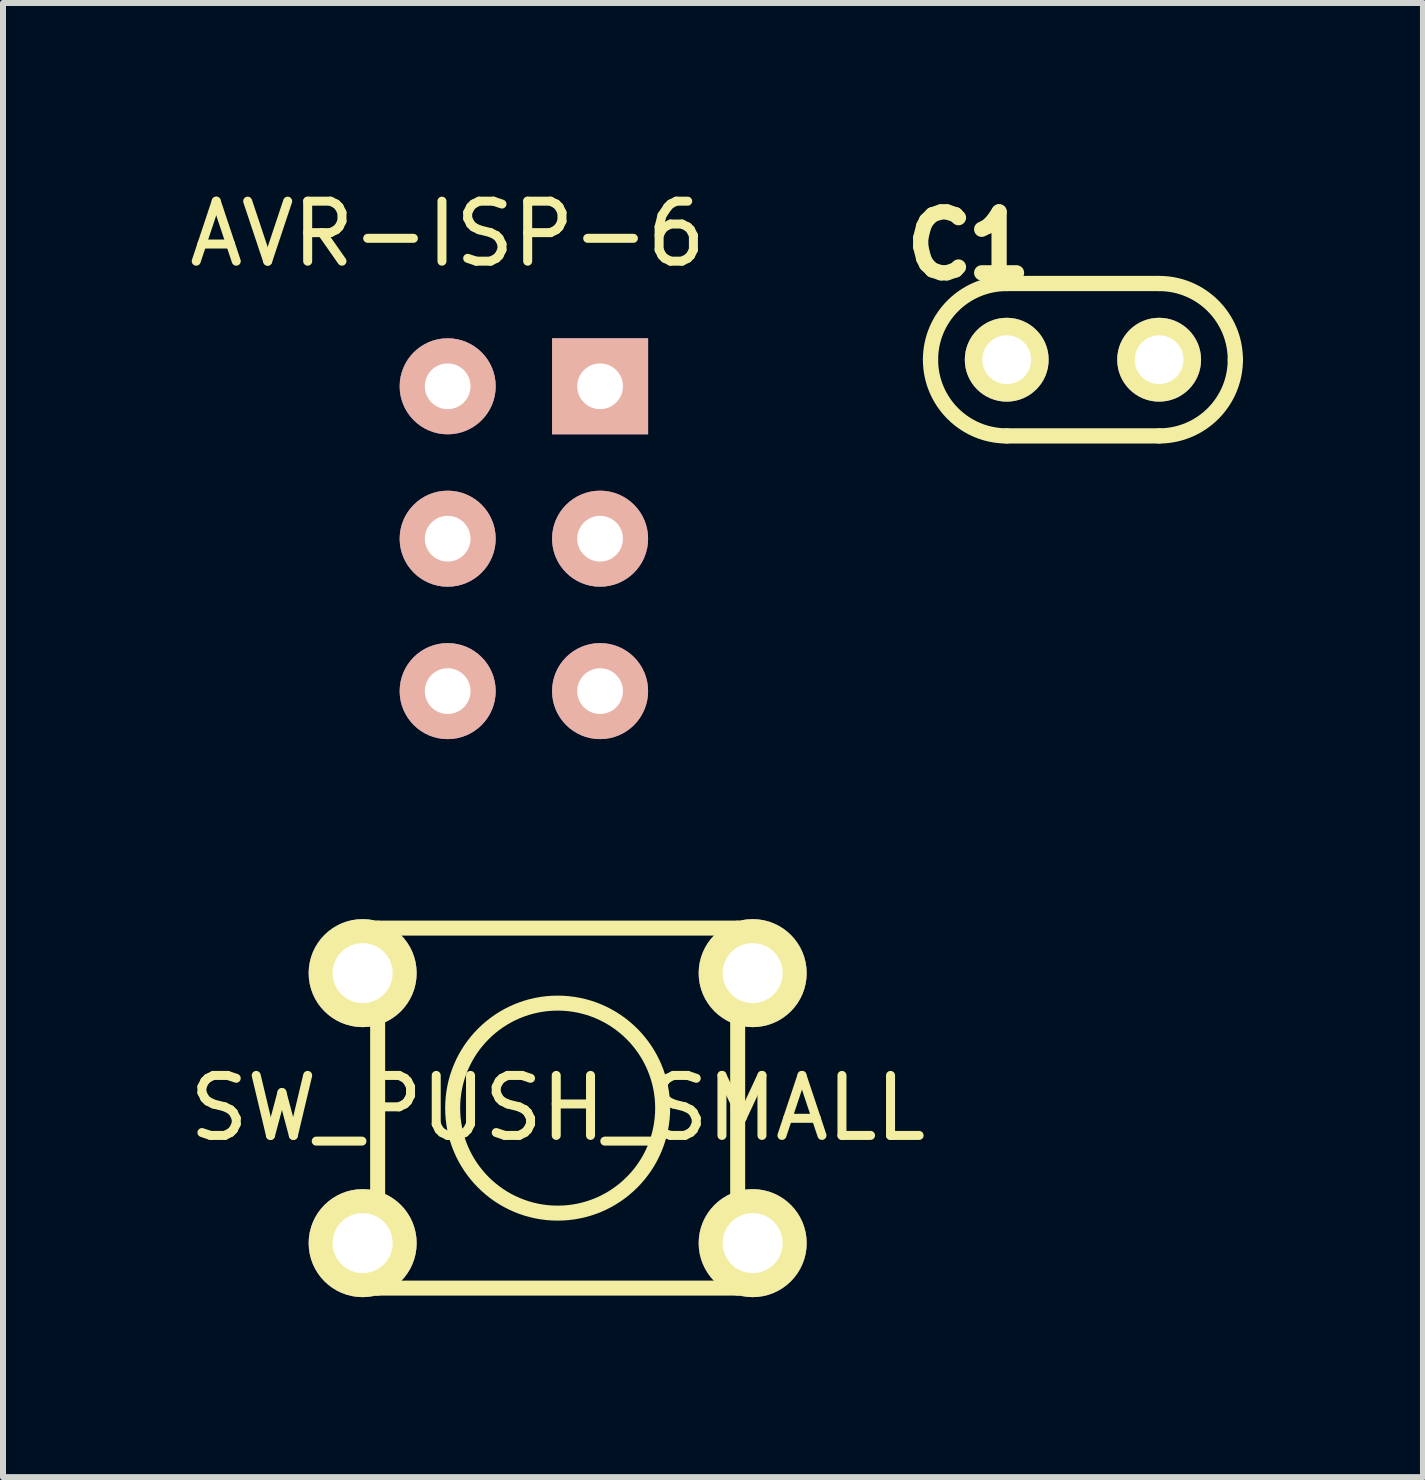
<source format=kicad_pcb>
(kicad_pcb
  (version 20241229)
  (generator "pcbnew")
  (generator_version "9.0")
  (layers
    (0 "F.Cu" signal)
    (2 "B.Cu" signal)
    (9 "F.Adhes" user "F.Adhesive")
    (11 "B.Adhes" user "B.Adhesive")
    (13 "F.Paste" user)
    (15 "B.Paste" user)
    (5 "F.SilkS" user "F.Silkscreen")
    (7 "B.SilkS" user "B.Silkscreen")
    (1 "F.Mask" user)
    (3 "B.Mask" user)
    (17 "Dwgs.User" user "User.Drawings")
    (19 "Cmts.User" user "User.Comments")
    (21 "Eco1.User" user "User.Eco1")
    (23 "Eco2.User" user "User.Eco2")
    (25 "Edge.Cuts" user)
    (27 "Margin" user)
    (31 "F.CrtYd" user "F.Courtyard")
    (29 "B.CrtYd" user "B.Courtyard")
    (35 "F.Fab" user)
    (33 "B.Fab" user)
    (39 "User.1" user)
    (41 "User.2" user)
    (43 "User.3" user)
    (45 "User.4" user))
  (footprint "AVR-ISP-6"
    (layer "F.Cu")
    (at 4.411 3.388)
    (property "Reference" "AVR-ISP-6" (at 0 -2.54 0) (layer "F.SilkS") (effects (font (size 1 1) (thickness 0.15))))
    (attr through_hole)
    (pad "1" thru_hole oval (at 0 0) (size 1.6 1.6) (drill 0.762) (layers "*.Cu" "B.Mask" "B.SilkS"))
    (pad "2" thru_hole rect (at 2.54 0) (size 1.6 1.6) (drill 0.762) (layers "*.Cu" "B.Mask" "B.SilkS"))
    (pad "3" thru_hole oval (at 0 2.54) (size 1.6 1.6) (drill 0.762) (layers "*.Cu" "B.Mask" "B.SilkS"))
    (pad "4" thru_hole oval (at 2.54 2.54) (size 1.6 1.6) (drill 0.762) (layers "*.Cu" "B.Mask" "B.SilkS"))
    (pad "5" thru_hole oval (at 0 5.08) (size 1.6 1.6) (drill 0.762) (layers "*.Cu" "B.Mask" "B.SilkS"))
    (pad "6" thru_hole oval (at 2.54 5.08) (size 1.6 1.6) (drill 0.762) (layers "*.Cu" "B.Mask" "B.SilkS")))
  (footprint "C1"
    (layer "F.Cu")
    (at 14.998 2.945)
    (property "Reference" "C1" (at -1.905 -1.905 0) (layer "F.SilkS") (effects (font (size 1.016 1.016) (thickness 0.254))))
    (attr through_hole)
    (fp_line (start -1.27 -1.27) (end 1.27 -1.27) (stroke (width 0.254) (type solid)) (layer "F.SilkS"))
    (fp_line (start -1.27 1.27) (end 1.27 1.27) (stroke (width 0.254) (type solid)) (layer "F.SilkS"))
    (fp_arc (start -2.54 0) (mid -2.168026 -0.898026) (end -1.27 -1.27) (stroke (width 0.254) (type solid)) (layer "F.SilkS"))
    (fp_arc (start -1.27 1.27) (mid -2.168026 0.898026) (end -2.54 0) (stroke (width 0.254) (type solid)) (layer "F.SilkS"))
    (fp_arc (start 1.27 -1.27) (mid 2.168026 -0.898026) (end 2.54 0) (stroke (width 0.254) (type solid)) (layer "F.SilkS"))
    (fp_arc (start 2.54 0) (mid 2.168026 0.898026) (end 1.27 1.27) (stroke (width 0.254) (type solid)) (layer "F.SilkS"))
    (pad "1" thru_hole circle (at -1.27 0) (size 1.397 1.397) (drill 0.813) (layers "*.Cu" "*.Mask" "F.SilkS"))
    (pad "2" thru_hole circle (at 1.27 0) (size 1.397 1.397) (drill 0.813) (layers "*.Cu" "*.Mask" "F.SilkS")))
  (footprint "SW_PUSH_SMALL"
    (layer "F.Cu")
    (at 6.244 15.418)
    (property "Reference" "SW_PUSH_SMALL" (at 0 0 0) (layer "F.SilkS") (effects (font (size 1 1) (thickness 0.15))))
    (attr through_hole)
    (fp_line (start -3 -3) (end 3 -3) (stroke (width 0.25) (type solid)) (layer "F.SilkS"))
    (fp_line (start -3 3) (end -3 -3) (stroke (width 0.25) (type solid)) (layer "F.SilkS"))
    (fp_line (start 3 -3) (end 3 3) (stroke (width 0.25) (type solid)) (layer "F.SilkS"))
    (fp_line (start 3 3) (end -3 3) (stroke (width 0.25) (type solid)) (layer "F.SilkS"))
    (fp_circle (center 0 0) (end -1.75 0) (stroke (width 0.25) (type solid)) (fill no) (layer "F.SilkS"))
    (pad "1" thru_hole circle (at -3.25 -2.25) (size 1.8 1.8) (drill 1) (layers "*.Cu" "*.Mask" "F.SilkS"))
    (pad "1" thru_hole circle (at 3.25 -2.25) (size 1.8 1.8) (drill 1) (layers "*.Cu" "*.Mask" "F.SilkS"))
    (pad "2" thru_hole circle (at -3.25 2.25) (size 1.8 1.8) (drill 1) (layers "*.Cu" "*.Mask" "F.SilkS"))
    (pad "2" thru_hole circle (at 3.25 2.25) (size 1.8 1.8) (drill 1) (layers "*.Cu" "*.Mask" "F.SilkS")))
  (gr_rect
    (start -3 -3)
    (end 20.665 21.568)
    (stroke (width 0.1) (type default))
    (fill no)
    (layer "Edge.Cuts")))
</source>
